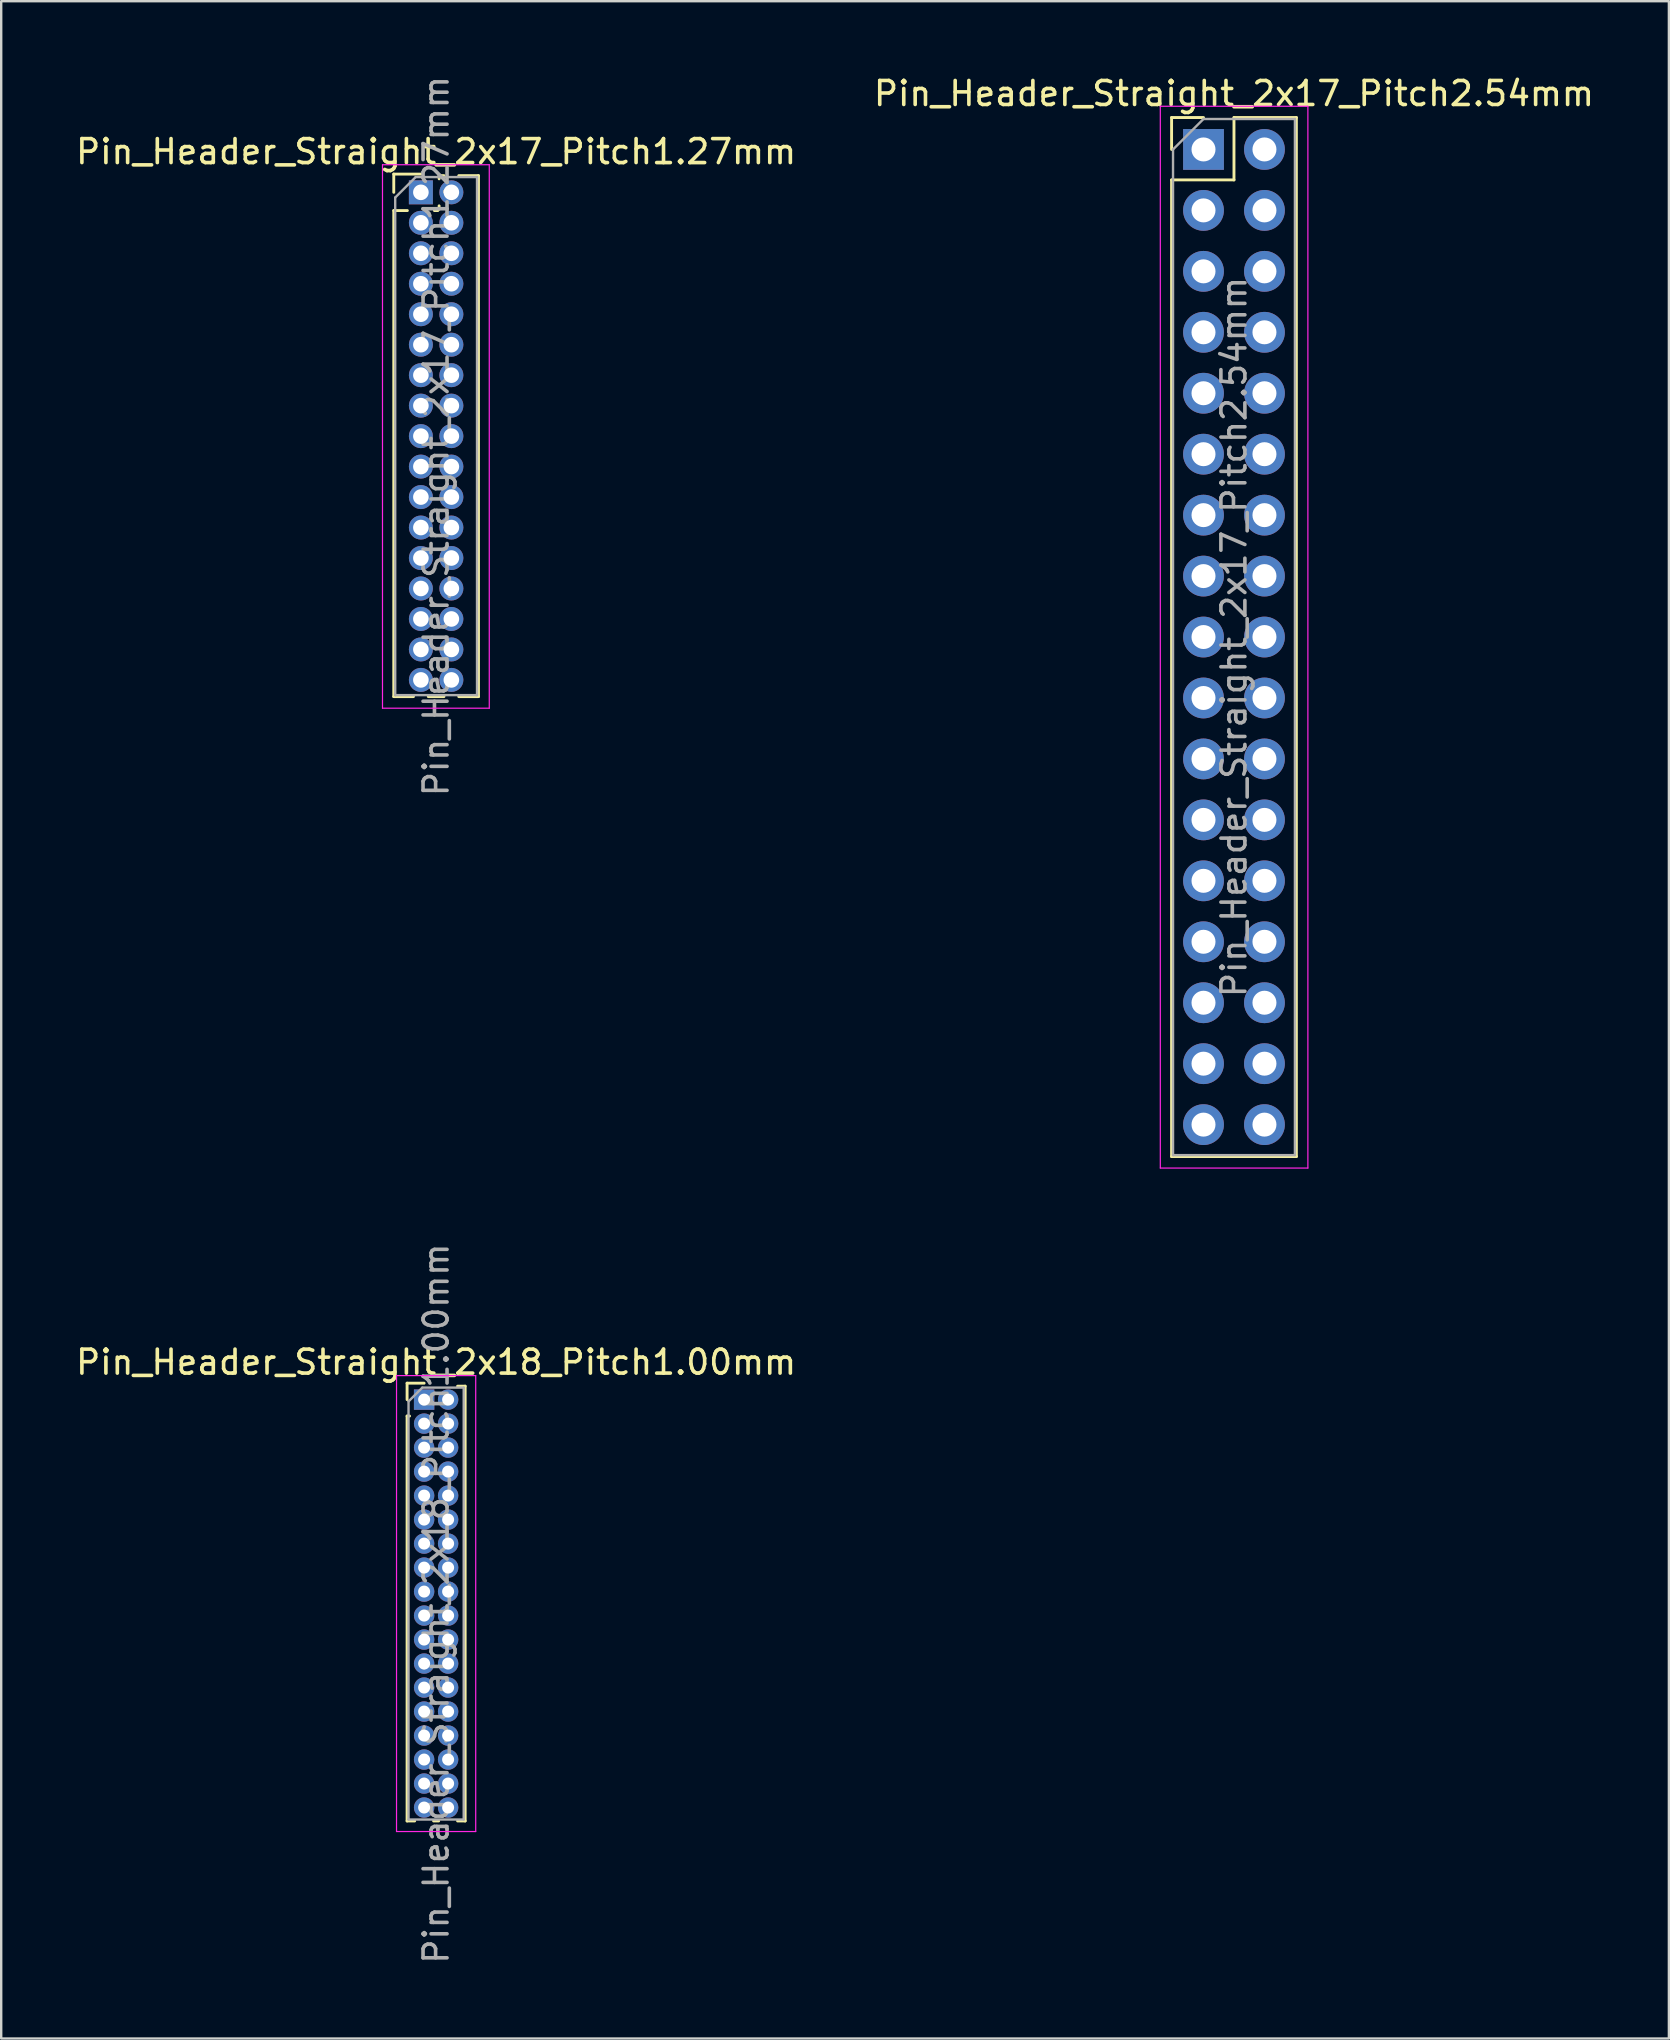
<source format=kicad_pcb>
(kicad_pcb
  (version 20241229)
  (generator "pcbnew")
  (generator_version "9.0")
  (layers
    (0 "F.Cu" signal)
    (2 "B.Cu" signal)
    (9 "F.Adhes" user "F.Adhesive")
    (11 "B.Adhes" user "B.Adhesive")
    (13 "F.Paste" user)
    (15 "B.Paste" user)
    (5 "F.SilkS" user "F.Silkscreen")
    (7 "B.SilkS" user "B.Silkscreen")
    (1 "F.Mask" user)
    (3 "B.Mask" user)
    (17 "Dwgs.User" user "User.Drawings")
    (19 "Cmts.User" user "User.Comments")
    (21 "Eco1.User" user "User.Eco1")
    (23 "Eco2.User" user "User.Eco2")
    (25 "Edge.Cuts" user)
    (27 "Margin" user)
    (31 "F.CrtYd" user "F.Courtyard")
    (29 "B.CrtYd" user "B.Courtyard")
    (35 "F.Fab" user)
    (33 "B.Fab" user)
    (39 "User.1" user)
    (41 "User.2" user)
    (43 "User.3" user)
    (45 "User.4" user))
  (footprint "Pin_Header_Straight_2x18_Pitch1.00mm"
    (layer "F.Cu")
    (at 14.625 55.278)
    (property "Reference" "Pin_Header_Straight_2x18_Pitch1.00mm" (at 0.5 -1.56 0) (layer "F.SilkS") (effects (font (size 1 1) (thickness 0.15))))
    (attr through_hole)
    (fp_line (start -0.71 -0.685) (end 0 -0.685) (stroke (width 0.12) (type solid)) (layer "F.SilkS"))
    (fp_line (start -0.71 0) (end -0.71 -0.685) (stroke (width 0.12) (type solid)) (layer "F.SilkS"))
    (fp_line (start -0.71 0.685) (end -0.71 17.56) (stroke (width 0.12) (type solid)) (layer "F.SilkS"))
    (fp_line (start -0.71 0.685) (end -0.608 0.685) (stroke (width 0.12) (type solid)) (layer "F.SilkS"))
    (fp_line (start -0.71 17.56) (end -0.394 17.56) (stroke (width 0.12) (type solid)) (layer "F.SilkS"))
    (fp_line (start 0.394 17.56) (end 0.606 17.56) (stroke (width 0.12) (type solid)) (layer "F.SilkS"))
    (fp_line (start 1.394 -0.56) (end 1.71 -0.56) (stroke (width 0.12) (type solid)) (layer "F.SilkS"))
    (fp_line (start 1.394 17.56) (end 1.71 17.56) (stroke (width 0.12) (type solid)) (layer "F.SilkS"))
    (fp_line (start 1.71 -0.56) (end 1.71 17.56) (stroke (width 0.12) (type solid)) (layer "F.SilkS"))
    (fp_line (start -1.15 -1) (end -1.15 18) (stroke (width 0.05) (type solid)) (layer "F.CrtYd"))
    (fp_line (start -1.15 18) (end 2.15 18) (stroke (width 0.05) (type solid)) (layer "F.CrtYd"))
    (fp_line (start 2.15 -1) (end -1.15 -1) (stroke (width 0.05) (type solid)) (layer "F.CrtYd"))
    (fp_line (start 2.15 18) (end 2.15 -1) (stroke (width 0.05) (type solid)) (layer "F.CrtYd"))
    (fp_line (start -0.65 0.075) (end -0.075 -0.5) (stroke (width 0.1) (type solid)) (layer "F.Fab"))
    (fp_line (start -0.65 17.5) (end -0.65 0.075) (stroke (width 0.1) (type solid)) (layer "F.Fab"))
    (fp_line (start -0.075 -0.5) (end 1.65 -0.5) (stroke (width 0.1) (type solid)) (layer "F.Fab"))
    (fp_line (start 1.65 -0.5) (end 1.65 17.5) (stroke (width 0.1) (type solid)) (layer "F.Fab"))
    (fp_line (start 1.65 17.5) (end -0.65 17.5) (stroke (width 0.1) (type solid)) (layer "F.Fab"))
    (fp_text user "${REFERENCE}" (at 0.5 8.5 90) (layer "F.Fab") (effects (font (size 1 1) (thickness 0.15))))
    (pad "1" thru_hole rect (at 0 0) (size 0.85 0.85) (drill 0.5) (layers "*.Cu" "*.Mask"))
    (pad "2" thru_hole oval (at 1 0) (size 0.85 0.85) (drill 0.5) (layers "*.Cu" "*.Mask"))
    (pad "3" thru_hole oval (at 0 1) (size 0.85 0.85) (drill 0.5) (layers "*.Cu" "*.Mask"))
    (pad "4" thru_hole oval (at 1 1) (size 0.85 0.85) (drill 0.5) (layers "*.Cu" "*.Mask"))
    (pad "5" thru_hole oval (at 0 2) (size 0.85 0.85) (drill 0.5) (layers "*.Cu" "*.Mask"))
    (pad "6" thru_hole oval (at 1 2) (size 0.85 0.85) (drill 0.5) (layers "*.Cu" "*.Mask"))
    (pad "7" thru_hole oval (at 0 3) (size 0.85 0.85) (drill 0.5) (layers "*.Cu" "*.Mask"))
    (pad "8" thru_hole oval (at 1 3) (size 0.85 0.85) (drill 0.5) (layers "*.Cu" "*.Mask"))
    (pad "9" thru_hole oval (at 0 4) (size 0.85 0.85) (drill 0.5) (layers "*.Cu" "*.Mask"))
    (pad "10" thru_hole oval (at 1 4) (size 0.85 0.85) (drill 0.5) (layers "*.Cu" "*.Mask"))
    (pad "11" thru_hole oval (at 0 5) (size 0.85 0.85) (drill 0.5) (layers "*.Cu" "*.Mask"))
    (pad "12" thru_hole oval (at 1 5) (size 0.85 0.85) (drill 0.5) (layers "*.Cu" "*.Mask"))
    (pad "13" thru_hole oval (at 0 6) (size 0.85 0.85) (drill 0.5) (layers "*.Cu" "*.Mask"))
    (pad "14" thru_hole oval (at 1 6) (size 0.85 0.85) (drill 0.5) (layers "*.Cu" "*.Mask"))
    (pad "15" thru_hole oval (at 0 7) (size 0.85 0.85) (drill 0.5) (layers "*.Cu" "*.Mask"))
    (pad "16" thru_hole oval (at 1 7) (size 0.85 0.85) (drill 0.5) (layers "*.Cu" "*.Mask"))
    (pad "17" thru_hole oval (at 0 8) (size 0.85 0.85) (drill 0.5) (layers "*.Cu" "*.Mask"))
    (pad "18" thru_hole oval (at 1 8) (size 0.85 0.85) (drill 0.5) (layers "*.Cu" "*.Mask"))
    (pad "19" thru_hole oval (at 0 9) (size 0.85 0.85) (drill 0.5) (layers "*.Cu" "*.Mask"))
    (pad "20" thru_hole oval (at 1 9) (size 0.85 0.85) (drill 0.5) (layers "*.Cu" "*.Mask"))
    (pad "21" thru_hole oval (at 0 10) (size 0.85 0.85) (drill 0.5) (layers "*.Cu" "*.Mask"))
    (pad "22" thru_hole oval (at 1 10) (size 0.85 0.85) (drill 0.5) (layers "*.Cu" "*.Mask"))
    (pad "23" thru_hole oval (at 0 11) (size 0.85 0.85) (drill 0.5) (layers "*.Cu" "*.Mask"))
    (pad "24" thru_hole oval (at 1 11) (size 0.85 0.85) (drill 0.5) (layers "*.Cu" "*.Mask"))
    (pad "25" thru_hole oval (at 0 12) (size 0.85 0.85) (drill 0.5) (layers "*.Cu" "*.Mask"))
    (pad "26" thru_hole oval (at 1 12) (size 0.85 0.85) (drill 0.5) (layers "*.Cu" "*.Mask"))
    (pad "27" thru_hole oval (at 0 13) (size 0.85 0.85) (drill 0.5) (layers "*.Cu" "*.Mask"))
    (pad "28" thru_hole oval (at 1 13) (size 0.85 0.85) (drill 0.5) (layers "*.Cu" "*.Mask"))
    (pad "29" thru_hole oval (at 0 14) (size 0.85 0.85) (drill 0.5) (layers "*.Cu" "*.Mask"))
    (pad "30" thru_hole oval (at 1 14) (size 0.85 0.85) (drill 0.5) (layers "*.Cu" "*.Mask"))
    (pad "31" thru_hole oval (at 0 15) (size 0.85 0.85) (drill 0.5) (layers "*.Cu" "*.Mask"))
    (pad "32" thru_hole oval (at 1 15) (size 0.85 0.85) (drill 0.5) (layers "*.Cu" "*.Mask"))
    (pad "33" thru_hole oval (at 0 16) (size 0.85 0.85) (drill 0.5) (layers "*.Cu" "*.Mask"))
    (pad "34" thru_hole oval (at 1 16) (size 0.85 0.85) (drill 0.5) (layers "*.Cu" "*.Mask"))
    (pad "35" thru_hole oval (at 0 17) (size 0.85 0.85) (drill 0.5) (layers "*.Cu" "*.Mask"))
    (pad "36" thru_hole oval (at 1 17) (size 0.85 0.85) (drill 0.5) (layers "*.Cu" "*.Mask")))
  (footprint "Pin_Header_Straight_2x17_Pitch2.54mm"
    (layer "F.Cu")
    (at 47.105 3.178)
    (property "Reference" "Pin_Header_Straight_2x17_Pitch2.54mm" (at 1.27 -2.33 0) (layer "F.SilkS") (effects (font (size 1 1) (thickness 0.15))))
    (attr through_hole)
    (fp_line (start -1.33 -1.33) (end 0 -1.33) (stroke (width 0.12) (type solid)) (layer "F.SilkS"))
    (fp_line (start -1.33 0) (end -1.33 -1.33) (stroke (width 0.12) (type solid)) (layer "F.SilkS"))
    (fp_line (start -1.33 1.27) (end -1.33 41.97) (stroke (width 0.12) (type solid)) (layer "F.SilkS"))
    (fp_line (start -1.33 1.27) (end 1.27 1.27) (stroke (width 0.12) (type solid)) (layer "F.SilkS"))
    (fp_line (start -1.33 41.97) (end 3.87 41.97) (stroke (width 0.12) (type solid)) (layer "F.SilkS"))
    (fp_line (start 1.27 -1.33) (end 3.87 -1.33) (stroke (width 0.12) (type solid)) (layer "F.SilkS"))
    (fp_line (start 1.27 1.27) (end 1.27 -1.33) (stroke (width 0.12) (type solid)) (layer "F.SilkS"))
    (fp_line (start 3.87 -1.33) (end 3.87 41.97) (stroke (width 0.12) (type solid)) (layer "F.SilkS"))
    (fp_line (start -1.8 -1.8) (end -1.8 42.45) (stroke (width 0.05) (type solid)) (layer "F.CrtYd"))
    (fp_line (start -1.8 42.45) (end 4.35 42.45) (stroke (width 0.05) (type solid)) (layer "F.CrtYd"))
    (fp_line (start 4.35 -1.8) (end -1.8 -1.8) (stroke (width 0.05) (type solid)) (layer "F.CrtYd"))
    (fp_line (start 4.35 42.45) (end 4.35 -1.8) (stroke (width 0.05) (type solid)) (layer "F.CrtYd"))
    (fp_line (start -1.27 0) (end 0 -1.27) (stroke (width 0.1) (type solid)) (layer "F.Fab"))
    (fp_line (start -1.27 41.91) (end -1.27 0) (stroke (width 0.1) (type solid)) (layer "F.Fab"))
    (fp_line (start 0 -1.27) (end 3.81 -1.27) (stroke (width 0.1) (type solid)) (layer "F.Fab"))
    (fp_line (start 3.81 -1.27) (end 3.81 41.91) (stroke (width 0.1) (type solid)) (layer "F.Fab"))
    (fp_line (start 3.81 41.91) (end -1.27 41.91) (stroke (width 0.1) (type solid)) (layer "F.Fab"))
    (fp_text user "${REFERENCE}" (at 1.27 20.32 90) (layer "F.Fab") (effects (font (size 1 1) (thickness 0.15))))
    (pad "1" thru_hole rect (at 0 0) (size 1.7 1.7) (drill 1) (layers "*.Cu" "*.Mask"))
    (pad "2" thru_hole oval (at 2.54 0) (size 1.7 1.7) (drill 1) (layers "*.Cu" "*.Mask"))
    (pad "3" thru_hole oval (at 0 2.54) (size 1.7 1.7) (drill 1) (layers "*.Cu" "*.Mask"))
    (pad "4" thru_hole oval (at 2.54 2.54) (size 1.7 1.7) (drill 1) (layers "*.Cu" "*.Mask"))
    (pad "5" thru_hole oval (at 0 5.08) (size 1.7 1.7) (drill 1) (layers "*.Cu" "*.Mask"))
    (pad "6" thru_hole oval (at 2.54 5.08) (size 1.7 1.7) (drill 1) (layers "*.Cu" "*.Mask"))
    (pad "7" thru_hole oval (at 0 7.62) (size 1.7 1.7) (drill 1) (layers "*.Cu" "*.Mask"))
    (pad "8" thru_hole oval (at 2.54 7.62) (size 1.7 1.7) (drill 1) (layers "*.Cu" "*.Mask"))
    (pad "9" thru_hole oval (at 0 10.16) (size 1.7 1.7) (drill 1) (layers "*.Cu" "*.Mask"))
    (pad "10" thru_hole oval (at 2.54 10.16) (size 1.7 1.7) (drill 1) (layers "*.Cu" "*.Mask"))
    (pad "11" thru_hole oval (at 0 12.7) (size 1.7 1.7) (drill 1) (layers "*.Cu" "*.Mask"))
    (pad "12" thru_hole oval (at 2.54 12.7) (size 1.7 1.7) (drill 1) (layers "*.Cu" "*.Mask"))
    (pad "13" thru_hole oval (at 0 15.24) (size 1.7 1.7) (drill 1) (layers "*.Cu" "*.Mask"))
    (pad "14" thru_hole oval (at 2.54 15.24) (size 1.7 1.7) (drill 1) (layers "*.Cu" "*.Mask"))
    (pad "15" thru_hole oval (at 0 17.78) (size 1.7 1.7) (drill 1) (layers "*.Cu" "*.Mask"))
    (pad "16" thru_hole oval (at 2.54 17.78) (size 1.7 1.7) (drill 1) (layers "*.Cu" "*.Mask"))
    (pad "17" thru_hole oval (at 0 20.32) (size 1.7 1.7) (drill 1) (layers "*.Cu" "*.Mask"))
    (pad "18" thru_hole oval (at 2.54 20.32) (size 1.7 1.7) (drill 1) (layers "*.Cu" "*.Mask"))
    (pad "19" thru_hole oval (at 0 22.86) (size 1.7 1.7) (drill 1) (layers "*.Cu" "*.Mask"))
    (pad "20" thru_hole oval (at 2.54 22.86) (size 1.7 1.7) (drill 1) (layers "*.Cu" "*.Mask"))
    (pad "21" thru_hole oval (at 0 25.4) (size 1.7 1.7) (drill 1) (layers "*.Cu" "*.Mask"))
    (pad "22" thru_hole oval (at 2.54 25.4) (size 1.7 1.7) (drill 1) (layers "*.Cu" "*.Mask"))
    (pad "23" thru_hole oval (at 0 27.94) (size 1.7 1.7) (drill 1) (layers "*.Cu" "*.Mask"))
    (pad "24" thru_hole oval (at 2.54 27.94) (size 1.7 1.7) (drill 1) (layers "*.Cu" "*.Mask"))
    (pad "25" thru_hole oval (at 0 30.48) (size 1.7 1.7) (drill 1) (layers "*.Cu" "*.Mask"))
    (pad "26" thru_hole oval (at 2.54 30.48) (size 1.7 1.7) (drill 1) (layers "*.Cu" "*.Mask"))
    (pad "27" thru_hole oval (at 0 33.02) (size 1.7 1.7) (drill 1) (layers "*.Cu" "*.Mask"))
    (pad "28" thru_hole oval (at 2.54 33.02) (size 1.7 1.7) (drill 1) (layers "*.Cu" "*.Mask"))
    (pad "29" thru_hole oval (at 0 35.56) (size 1.7 1.7) (drill 1) (layers "*.Cu" "*.Mask"))
    (pad "30" thru_hole oval (at 2.54 35.56) (size 1.7 1.7) (drill 1) (layers "*.Cu" "*.Mask"))
    (pad "31" thru_hole oval (at 0 38.1) (size 1.7 1.7) (drill 1) (layers "*.Cu" "*.Mask"))
    (pad "32" thru_hole oval (at 2.54 38.1) (size 1.7 1.7) (drill 1) (layers "*.Cu" "*.Mask"))
    (pad "33" thru_hole oval (at 0 40.64) (size 1.7 1.7) (drill 1) (layers "*.Cu" "*.Mask"))
    (pad "34" thru_hole oval (at 2.54 40.64) (size 1.7 1.7) (drill 1) (layers "*.Cu" "*.Mask")))
  (footprint "Pin_Header_Straight_2x17_Pitch1.27mm"
    (layer "F.Cu")
    (at 14.49 4.965)
    (property "Reference" "Pin_Header_Straight_2x17_Pitch1.27mm" (at 0.635 -1.695 0) (layer "F.SilkS") (effects (font (size 1 1) (thickness 0.15))))
    (attr through_hole)
    (fp_line (start -1.13 -0.76) (end 0 -0.76) (stroke (width 0.12) (type solid)) (layer "F.SilkS"))
    (fp_line (start -1.13 0) (end -1.13 -0.76) (stroke (width 0.12) (type solid)) (layer "F.SilkS"))
    (fp_line (start -1.13 0.76) (end -1.13 21.015) (stroke (width 0.12) (type solid)) (layer "F.SilkS"))
    (fp_line (start -1.13 0.76) (end -0.563 0.76) (stroke (width 0.12) (type solid)) (layer "F.SilkS"))
    (fp_line (start -1.13 21.015) (end -0.308 21.015) (stroke (width 0.12) (type solid)) (layer "F.SilkS"))
    (fp_line (start 0.308 21.015) (end 0.962 21.015) (stroke (width 0.12) (type solid)) (layer "F.SilkS"))
    (fp_line (start 0.563 0.76) (end 0.707 0.76) (stroke (width 0.12) (type solid)) (layer "F.SilkS"))
    (fp_line (start 0.76 -0.695) (end 0.962 -0.695) (stroke (width 0.12) (type solid)) (layer "F.SilkS"))
    (fp_line (start 0.76 -0.563) (end 0.76 -0.695) (stroke (width 0.12) (type solid)) (layer "F.SilkS"))
    (fp_line (start 0.76 0.707) (end 0.76 0.563) (stroke (width 0.12) (type solid)) (layer "F.SilkS"))
    (fp_line (start 1.578 -0.695) (end 2.4 -0.695) (stroke (width 0.12) (type solid)) (layer "F.SilkS"))
    (fp_line (start 1.578 21.015) (end 2.4 21.015) (stroke (width 0.12) (type solid)) (layer "F.SilkS"))
    (fp_line (start 2.4 -0.695) (end 2.4 21.015) (stroke (width 0.12) (type solid)) (layer "F.SilkS"))
    (fp_line (start -1.6 -1.15) (end -1.6 21.5) (stroke (width 0.05) (type solid)) (layer "F.CrtYd"))
    (fp_line (start -1.6 21.5) (end 2.85 21.5) (stroke (width 0.05) (type solid)) (layer "F.CrtYd"))
    (fp_line (start 2.85 -1.15) (end -1.6 -1.15) (stroke (width 0.05) (type solid)) (layer "F.CrtYd"))
    (fp_line (start 2.85 21.5) (end 2.85 -1.15) (stroke (width 0.05) (type solid)) (layer "F.CrtYd"))
    (fp_line (start -1.07 0.217) (end -0.217 -0.635) (stroke (width 0.1) (type solid)) (layer "F.Fab"))
    (fp_line (start -1.07 20.955) (end -1.07 0.217) (stroke (width 0.1) (type solid)) (layer "F.Fab"))
    (fp_line (start -0.217 -0.635) (end 2.34 -0.635) (stroke (width 0.1) (type solid)) (layer "F.Fab"))
    (fp_line (start 2.34 -0.635) (end 2.34 20.955) (stroke (width 0.1) (type solid)) (layer "F.Fab"))
    (fp_line (start 2.34 20.955) (end -1.07 20.955) (stroke (width 0.1) (type solid)) (layer "F.Fab"))
    (fp_text user "${REFERENCE}" (at 0.635 10.16 90) (layer "F.Fab") (effects (font (size 1 1) (thickness 0.15))))
    (pad "1" thru_hole rect (at 0 0) (size 1 1) (drill 0.65) (layers "*.Cu" "*.Mask"))
    (pad "2" thru_hole oval (at 1.27 0) (size 1 1) (drill 0.65) (layers "*.Cu" "*.Mask"))
    (pad "3" thru_hole oval (at 0 1.27) (size 1 1) (drill 0.65) (layers "*.Cu" "*.Mask"))
    (pad "4" thru_hole oval (at 1.27 1.27) (size 1 1) (drill 0.65) (layers "*.Cu" "*.Mask"))
    (pad "5" thru_hole oval (at 0 2.54) (size 1 1) (drill 0.65) (layers "*.Cu" "*.Mask"))
    (pad "6" thru_hole oval (at 1.27 2.54) (size 1 1) (drill 0.65) (layers "*.Cu" "*.Mask"))
    (pad "7" thru_hole oval (at 0 3.81) (size 1 1) (drill 0.65) (layers "*.Cu" "*.Mask"))
    (pad "8" thru_hole oval (at 1.27 3.81) (size 1 1) (drill 0.65) (layers "*.Cu" "*.Mask"))
    (pad "9" thru_hole oval (at 0 5.08) (size 1 1) (drill 0.65) (layers "*.Cu" "*.Mask"))
    (pad "10" thru_hole oval (at 1.27 5.08) (size 1 1) (drill 0.65) (layers "*.Cu" "*.Mask"))
    (pad "11" thru_hole oval (at 0 6.35) (size 1 1) (drill 0.65) (layers "*.Cu" "*.Mask"))
    (pad "12" thru_hole oval (at 1.27 6.35) (size 1 1) (drill 0.65) (layers "*.Cu" "*.Mask"))
    (pad "13" thru_hole oval (at 0 7.62) (size 1 1) (drill 0.65) (layers "*.Cu" "*.Mask"))
    (pad "14" thru_hole oval (at 1.27 7.62) (size 1 1) (drill 0.65) (layers "*.Cu" "*.Mask"))
    (pad "15" thru_hole oval (at 0 8.89) (size 1 1) (drill 0.65) (layers "*.Cu" "*.Mask"))
    (pad "16" thru_hole oval (at 1.27 8.89) (size 1 1) (drill 0.65) (layers "*.Cu" "*.Mask"))
    (pad "17" thru_hole oval (at 0 10.16) (size 1 1) (drill 0.65) (layers "*.Cu" "*.Mask"))
    (pad "18" thru_hole oval (at 1.27 10.16) (size 1 1) (drill 0.65) (layers "*.Cu" "*.Mask"))
    (pad "19" thru_hole oval (at 0 11.43) (size 1 1) (drill 0.65) (layers "*.Cu" "*.Mask"))
    (pad "20" thru_hole oval (at 1.27 11.43) (size 1 1) (drill 0.65) (layers "*.Cu" "*.Mask"))
    (pad "21" thru_hole oval (at 0 12.7) (size 1 1) (drill 0.65) (layers "*.Cu" "*.Mask"))
    (pad "22" thru_hole oval (at 1.27 12.7) (size 1 1) (drill 0.65) (layers "*.Cu" "*.Mask"))
    (pad "23" thru_hole oval (at 0 13.97) (size 1 1) (drill 0.65) (layers "*.Cu" "*.Mask"))
    (pad "24" thru_hole oval (at 1.27 13.97) (size 1 1) (drill 0.65) (layers "*.Cu" "*.Mask"))
    (pad "25" thru_hole oval (at 0 15.24) (size 1 1) (drill 0.65) (layers "*.Cu" "*.Mask"))
    (pad "26" thru_hole oval (at 1.27 15.24) (size 1 1) (drill 0.65) (layers "*.Cu" "*.Mask"))
    (pad "27" thru_hole oval (at 0 16.51) (size 1 1) (drill 0.65) (layers "*.Cu" "*.Mask"))
    (pad "28" thru_hole oval (at 1.27 16.51) (size 1 1) (drill 0.65) (layers "*.Cu" "*.Mask"))
    (pad "29" thru_hole oval (at 0 17.78) (size 1 1) (drill 0.65) (layers "*.Cu" "*.Mask"))
    (pad "30" thru_hole oval (at 1.27 17.78) (size 1 1) (drill 0.65) (layers "*.Cu" "*.Mask"))
    (pad "31" thru_hole oval (at 0 19.05) (size 1 1) (drill 0.65) (layers "*.Cu" "*.Mask"))
    (pad "32" thru_hole oval (at 1.27 19.05) (size 1 1) (drill 0.65) (layers "*.Cu" "*.Mask"))
    (pad "33" thru_hole oval (at 0 20.32) (size 1 1) (drill 0.65) (layers "*.Cu" "*.Mask"))
    (pad "34" thru_hole oval (at 1.27 20.32) (size 1 1) (drill 0.65) (layers "*.Cu" "*.Mask")))
  (gr_rect
    (start -3 -3)
    (end 66.5 81.903)
    (stroke (width 0.1) (type default))
    (fill no)
    (layer "Edge.Cuts")))
</source>
